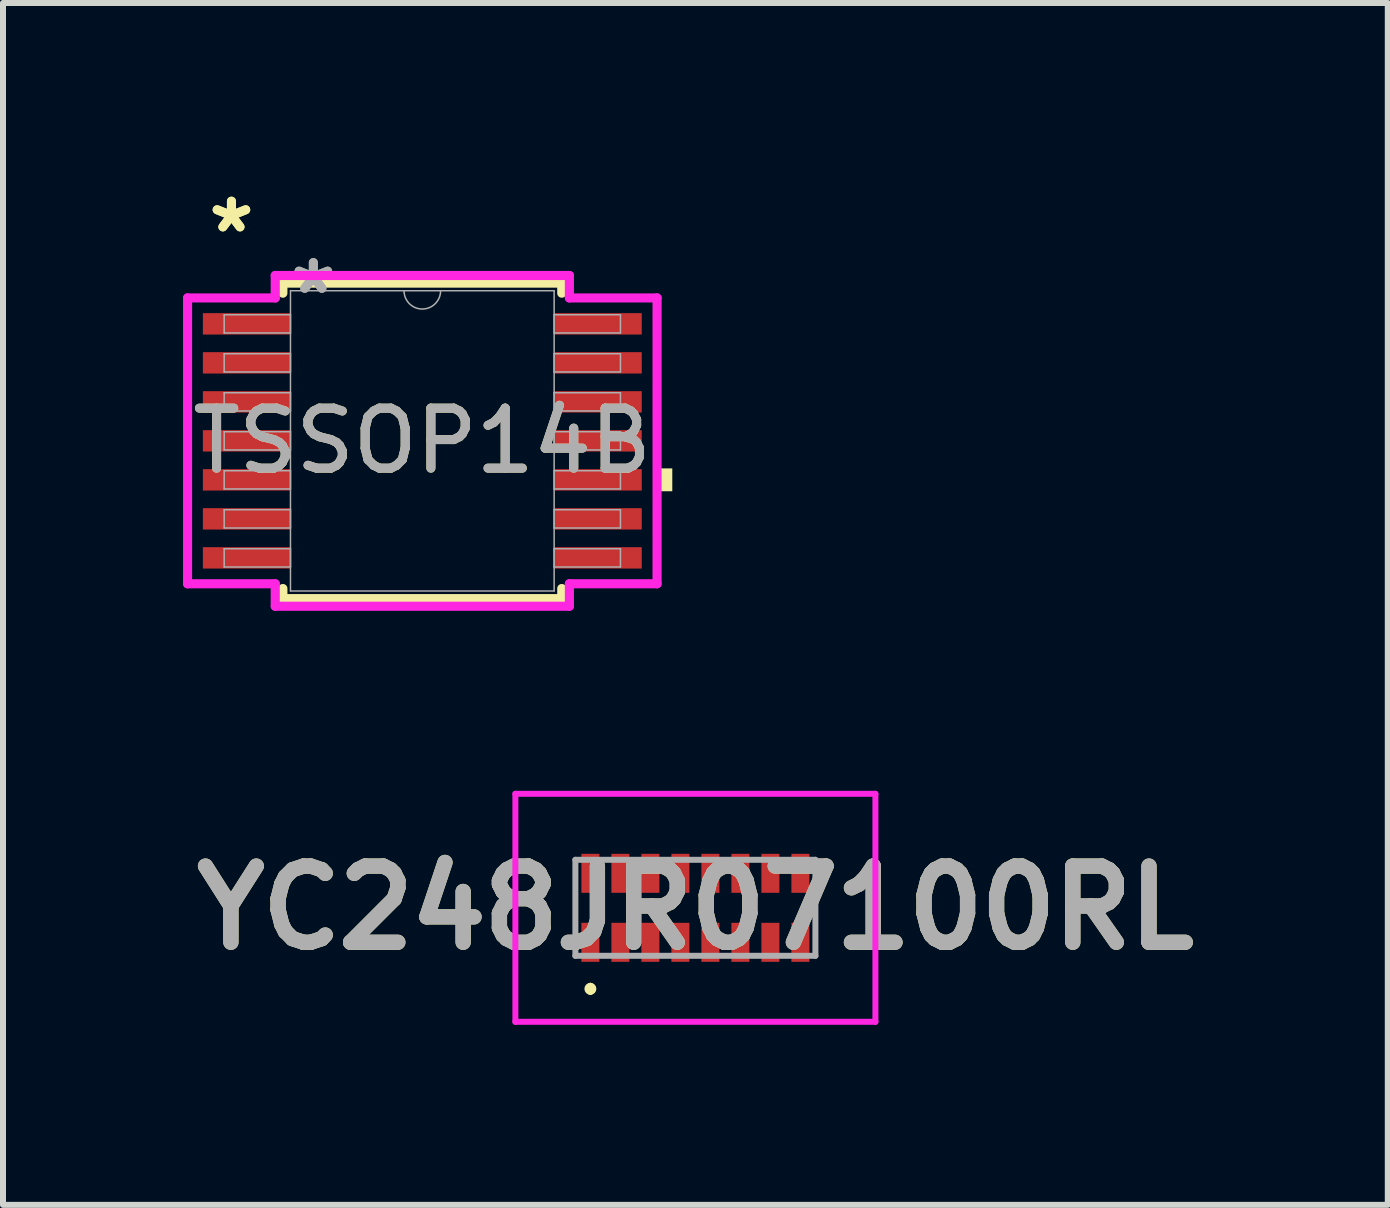
<source format=kicad_pcb>
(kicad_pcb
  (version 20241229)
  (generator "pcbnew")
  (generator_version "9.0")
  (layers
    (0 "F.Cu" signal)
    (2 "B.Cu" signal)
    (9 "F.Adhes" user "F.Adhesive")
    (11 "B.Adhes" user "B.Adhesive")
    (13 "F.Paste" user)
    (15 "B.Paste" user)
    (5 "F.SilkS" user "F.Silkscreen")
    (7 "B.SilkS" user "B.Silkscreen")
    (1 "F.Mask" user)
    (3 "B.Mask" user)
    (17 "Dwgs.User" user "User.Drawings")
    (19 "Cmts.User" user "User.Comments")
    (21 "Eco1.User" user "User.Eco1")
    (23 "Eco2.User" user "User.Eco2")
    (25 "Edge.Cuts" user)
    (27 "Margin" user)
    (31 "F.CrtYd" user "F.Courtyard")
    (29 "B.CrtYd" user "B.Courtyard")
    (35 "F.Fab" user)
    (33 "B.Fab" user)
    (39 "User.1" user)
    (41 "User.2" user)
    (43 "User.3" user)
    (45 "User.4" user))
  (footprint "TSSOP14B"
    (layer "F.Cu")
    (at 3.988 4.297)
    (property "Reference" "TSSOP14B" (at 0 0 0) (unlocked yes) (layer "F.SilkS") (effects (font (size 1 1) (thickness 0.15))))
    (attr smd)
    (fp_line (start -2.324 -2.629) (end -2.324 -2.461) (stroke (width 0.152) (type solid)) (layer "F.SilkS"))
    (fp_line (start -2.324 2.461) (end -2.324 2.629) (stroke (width 0.152) (type solid)) (layer "F.SilkS"))
    (fp_line (start -2.324 2.629) (end 2.324 2.629) (stroke (width 0.152) (type solid)) (layer "F.SilkS"))
    (fp_line (start 2.324 -2.629) (end -2.324 -2.629) (stroke (width 0.152) (type solid)) (layer "F.SilkS"))
    (fp_line (start 2.324 -2.461) (end 2.324 -2.629) (stroke (width 0.152) (type solid)) (layer "F.SilkS"))
    (fp_line (start 2.324 2.629) (end 2.324 2.461) (stroke (width 0.152) (type solid)) (layer "F.SilkS"))
    (fp_poly (pts (xy 4.166 0.459) (xy 4.166 0.84) (xy 3.912 0.84) (xy 3.912 0.459)) (stroke (width 0) (type solid)) (fill yes) (layer "F.SilkS"))
    (fp_line (start -3.912 -2.382) (end -2.451 -2.382) (stroke (width 0.152) (type solid)) (layer "F.CrtYd"))
    (fp_line (start -3.912 2.382) (end -3.912 -2.382) (stroke (width 0.152) (type solid)) (layer "F.CrtYd"))
    (fp_line (start -3.912 2.382) (end -2.451 2.382) (stroke (width 0.152) (type solid)) (layer "F.CrtYd"))
    (fp_line (start -2.451 -2.756) (end 2.451 -2.756) (stroke (width 0.152) (type solid)) (layer "F.CrtYd"))
    (fp_line (start -2.451 -2.382) (end -2.451 -2.756) (stroke (width 0.152) (type solid)) (layer "F.CrtYd"))
    (fp_line (start -2.451 2.756) (end -2.451 2.382) (stroke (width 0.152) (type solid)) (layer "F.CrtYd"))
    (fp_line (start 2.451 -2.756) (end 2.451 -2.382) (stroke (width 0.152) (type solid)) (layer "F.CrtYd"))
    (fp_line (start 2.451 2.382) (end 2.451 2.756) (stroke (width 0.152) (type solid)) (layer "F.CrtYd"))
    (fp_line (start 2.451 2.756) (end -2.451 2.756) (stroke (width 0.152) (type solid)) (layer "F.CrtYd"))
    (fp_line (start 3.912 -2.382) (end 2.451 -2.382) (stroke (width 0.152) (type solid)) (layer "F.CrtYd"))
    (fp_line (start 3.912 -2.382) (end 3.912 2.382) (stroke (width 0.152) (type solid)) (layer "F.CrtYd"))
    (fp_line (start 3.912 2.382) (end 2.451 2.382) (stroke (width 0.152) (type solid)) (layer "F.CrtYd"))
    (fp_line (start -3.302 -2.102) (end -3.302 -1.798) (stroke (width 0.025) (type solid)) (layer "F.Fab"))
    (fp_line (start -3.302 -1.798) (end -2.197 -1.798) (stroke (width 0.025) (type solid)) (layer "F.Fab"))
    (fp_line (start -3.302 -1.452) (end -3.302 -1.148) (stroke (width 0.025) (type solid)) (layer "F.Fab"))
    (fp_line (start -3.302 -1.148) (end -2.197 -1.148) (stroke (width 0.025) (type solid)) (layer "F.Fab"))
    (fp_line (start -3.302 -0.802) (end -3.302 -0.498) (stroke (width 0.025) (type solid)) (layer "F.Fab"))
    (fp_line (start -3.302 -0.498) (end -2.197 -0.498) (stroke (width 0.025) (type solid)) (layer "F.Fab"))
    (fp_line (start -3.302 -0.152) (end -3.302 0.152) (stroke (width 0.025) (type solid)) (layer "F.Fab"))
    (fp_line (start -3.302 0.152) (end -2.197 0.152) (stroke (width 0.025) (type solid)) (layer "F.Fab"))
    (fp_line (start -3.302 0.498) (end -3.302 0.802) (stroke (width 0.025) (type solid)) (layer "F.Fab"))
    (fp_line (start -3.302 0.802) (end -2.197 0.802) (stroke (width 0.025) (type solid)) (layer "F.Fab"))
    (fp_line (start -3.302 1.148) (end -3.302 1.452) (stroke (width 0.025) (type solid)) (layer "F.Fab"))
    (fp_line (start -3.302 1.452) (end -2.197 1.452) (stroke (width 0.025) (type solid)) (layer "F.Fab"))
    (fp_line (start -3.302 1.798) (end -3.302 2.102) (stroke (width 0.025) (type solid)) (layer "F.Fab"))
    (fp_line (start -3.302 2.102) (end -2.197 2.102) (stroke (width 0.025) (type solid)) (layer "F.Fab"))
    (fp_line (start -2.197 -2.502) (end -2.197 2.502) (stroke (width 0.025) (type solid)) (layer "F.Fab"))
    (fp_line (start -2.197 -2.102) (end -3.302 -2.102) (stroke (width 0.025) (type solid)) (layer "F.Fab"))
    (fp_line (start -2.197 -1.798) (end -2.197 -2.102) (stroke (width 0.025) (type solid)) (layer "F.Fab"))
    (fp_line (start -2.197 -1.452) (end -3.302 -1.452) (stroke (width 0.025) (type solid)) (layer "F.Fab"))
    (fp_line (start -2.197 -1.148) (end -2.197 -1.452) (stroke (width 0.025) (type solid)) (layer "F.Fab"))
    (fp_line (start -2.197 -0.802) (end -3.302 -0.802) (stroke (width 0.025) (type solid)) (layer "F.Fab"))
    (fp_line (start -2.197 -0.498) (end -2.197 -0.802) (stroke (width 0.025) (type solid)) (layer "F.Fab"))
    (fp_line (start -2.197 -0.152) (end -3.302 -0.152) (stroke (width 0.025) (type solid)) (layer "F.Fab"))
    (fp_line (start -2.197 0.152) (end -2.197 -0.152) (stroke (width 0.025) (type solid)) (layer "F.Fab"))
    (fp_line (start -2.197 0.498) (end -3.302 0.498) (stroke (width 0.025) (type solid)) (layer "F.Fab"))
    (fp_line (start -2.197 0.802) (end -2.197 0.498) (stroke (width 0.025) (type solid)) (layer "F.Fab"))
    (fp_line (start -2.197 1.148) (end -3.302 1.148) (stroke (width 0.025) (type solid)) (layer "F.Fab"))
    (fp_line (start -2.197 1.452) (end -2.197 1.148) (stroke (width 0.025) (type solid)) (layer "F.Fab"))
    (fp_line (start -2.197 1.798) (end -3.302 1.798) (stroke (width 0.025) (type solid)) (layer "F.Fab"))
    (fp_line (start -2.197 2.102) (end -2.197 1.798) (stroke (width 0.025) (type solid)) (layer "F.Fab"))
    (fp_line (start -2.197 2.502) (end 2.197 2.502) (stroke (width 0.025) (type solid)) (layer "F.Fab"))
    (fp_line (start 2.197 -2.502) (end -2.197 -2.502) (stroke (width 0.025) (type solid)) (layer "F.Fab"))
    (fp_line (start 2.197 -2.102) (end 2.197 -1.798) (stroke (width 0.025) (type solid)) (layer "F.Fab"))
    (fp_line (start 2.197 -1.798) (end 3.302 -1.798) (stroke (width 0.025) (type solid)) (layer "F.Fab"))
    (fp_line (start 2.197 -1.452) (end 2.197 -1.148) (stroke (width 0.025) (type solid)) (layer "F.Fab"))
    (fp_line (start 2.197 -1.148) (end 3.302 -1.148) (stroke (width 0.025) (type solid)) (layer "F.Fab"))
    (fp_line (start 2.197 -0.802) (end 2.197 -0.498) (stroke (width 0.025) (type solid)) (layer "F.Fab"))
    (fp_line (start 2.197 -0.498) (end 3.302 -0.498) (stroke (width 0.025) (type solid)) (layer "F.Fab"))
    (fp_line (start 2.197 -0.152) (end 2.197 0.152) (stroke (width 0.025) (type solid)) (layer "F.Fab"))
    (fp_line (start 2.197 0.152) (end 3.302 0.152) (stroke (width 0.025) (type solid)) (layer "F.Fab"))
    (fp_line (start 2.197 0.498) (end 2.197 0.802) (stroke (width 0.025) (type solid)) (layer "F.Fab"))
    (fp_line (start 2.197 0.802) (end 3.302 0.802) (stroke (width 0.025) (type solid)) (layer "F.Fab"))
    (fp_line (start 2.197 1.148) (end 2.197 1.452) (stroke (width 0.025) (type solid)) (layer "F.Fab"))
    (fp_line (start 2.197 1.452) (end 3.302 1.452) (stroke (width 0.025) (type solid)) (layer "F.Fab"))
    (fp_line (start 2.197 1.798) (end 2.197 2.102) (stroke (width 0.025) (type solid)) (layer "F.Fab"))
    (fp_line (start 2.197 2.102) (end 3.302 2.102) (stroke (width 0.025) (type solid)) (layer "F.Fab"))
    (fp_line (start 2.197 2.502) (end 2.197 -2.502) (stroke (width 0.025) (type solid)) (layer "F.Fab"))
    (fp_line (start 3.302 -2.102) (end 2.197 -2.102) (stroke (width 0.025) (type solid)) (layer "F.Fab"))
    (fp_line (start 3.302 -1.798) (end 3.302 -2.102) (stroke (width 0.025) (type solid)) (layer "F.Fab"))
    (fp_line (start 3.302 -1.452) (end 2.197 -1.452) (stroke (width 0.025) (type solid)) (layer "F.Fab"))
    (fp_line (start 3.302 -1.148) (end 3.302 -1.452) (stroke (width 0.025) (type solid)) (layer "F.Fab"))
    (fp_line (start 3.302 -0.802) (end 2.197 -0.802) (stroke (width 0.025) (type solid)) (layer "F.Fab"))
    (fp_line (start 3.302 -0.498) (end 3.302 -0.802) (stroke (width 0.025) (type solid)) (layer "F.Fab"))
    (fp_line (start 3.302 -0.152) (end 2.197 -0.152) (stroke (width 0.025) (type solid)) (layer "F.Fab"))
    (fp_line (start 3.302 0.152) (end 3.302 -0.152) (stroke (width 0.025) (type solid)) (layer "F.Fab"))
    (fp_line (start 3.302 0.498) (end 2.197 0.498) (stroke (width 0.025) (type solid)) (layer "F.Fab"))
    (fp_line (start 3.302 0.802) (end 3.302 0.498) (stroke (width 0.025) (type solid)) (layer "F.Fab"))
    (fp_line (start 3.302 1.148) (end 2.197 1.148) (stroke (width 0.025) (type solid)) (layer "F.Fab"))
    (fp_line (start 3.302 1.452) (end 3.302 1.148) (stroke (width 0.025) (type solid)) (layer "F.Fab"))
    (fp_line (start 3.302 1.798) (end 2.197 1.798) (stroke (width 0.025) (type solid)) (layer "F.Fab"))
    (fp_line (start 3.302 2.102) (end 3.302 1.798) (stroke (width 0.025) (type solid)) (layer "F.Fab"))
    (fp_arc (start 0.3048 -2.5019) (mid 0 -2.1971) (end -0.3048 -2.5019) (stroke (width 0.0254) (type solid)) (layer "F.Fab"))
    (fp_text user "*" (at -3.181 -3.449 0) (unlocked yes) (layer "F.SilkS") (effects (font (size 1 1) (thickness 0.15))))
    (fp_text user "*" (at -3.181 -3.449 0) (layer "F.SilkS") (effects (font (size 1 1) (thickness 0.15))))
    (fp_text user "*" (at -1.816 -2.426 0) (unlocked yes) (layer "F.Fab") (effects (font (size 1 1) (thickness 0.15))))
    (fp_text user "${REFERENCE}" (at 0 0 0) (unlocked yes) (layer "F.Fab") (effects (font (size 1 1) (thickness 0.15))))
    (fp_text user "*" (at -1.816 -2.426 0) (layer "F.Fab") (effects (font (size 1 1) (thickness 0.15))))
    (pad "1" smd rect (at -2.927 -1.95) (size 1.46 0.356) (layers "F.Cu" "F.Mask" "F.Paste"))
    (pad "2" smd rect (at -2.927 -1.3) (size 1.46 0.356) (layers "F.Cu" "F.Mask" "F.Paste"))
    (pad "3" smd rect (at -2.927 -0.65) (size 1.46 0.356) (layers "F.Cu" "F.Mask" "F.Paste"))
    (pad "4" smd rect (at -2.927 0) (size 1.46 0.356) (layers "F.Cu" "F.Mask" "F.Paste"))
    (pad "5" smd rect (at -2.927 0.65) (size 1.46 0.356) (layers "F.Cu" "F.Mask" "F.Paste"))
    (pad "6" smd rect (at -2.927 1.3) (size 1.46 0.356) (layers "F.Cu" "F.Mask" "F.Paste"))
    (pad "7" smd rect (at -2.927 1.95) (size 1.46 0.356) (layers "F.Cu" "F.Mask" "F.Paste"))
    (pad "8" smd rect (at 2.927 1.95) (size 1.46 0.356) (layers "F.Cu" "F.Mask" "F.Paste"))
    (pad "9" smd rect (at 2.927 1.3) (size 1.46 0.356) (layers "F.Cu" "F.Mask" "F.Paste"))
    (pad "10" smd rect (at 2.927 0.65) (size 1.46 0.356) (layers "F.Cu" "F.Mask" "F.Paste"))
    (pad "11" smd rect (at 2.927 0) (size 1.46 0.356) (layers "F.Cu" "F.Mask" "F.Paste"))
    (pad "12" smd rect (at 2.927 -0.65) (size 1.46 0.356) (layers "F.Cu" "F.Mask" "F.Paste"))
    (pad "13" smd rect (at 2.927 -1.3) (size 1.46 0.356) (layers "F.Cu" "F.Mask" "F.Paste"))
    (pad "14" smd rect (at 2.927 -1.95) (size 1.46 0.356) (layers "F.Cu" "F.Mask" "F.Paste")))
  (footprint "YC248JR07100RL"
    (layer "F.Cu")
    (at 8.539 12.079)
    (property "Reference" "YC248JR07100RL" (at 0 0 0) (layer "F.SilkS") (effects (font (size 1.27 1.27) (thickness 0.254))))
    (attr smd)
    (fp_line (start -1.75 1.3) (end -1.75 1.3) (stroke (width 0.1) (type solid)) (layer "F.SilkS"))
    (fp_line (start -1.75 1.4) (end -1.75 1.4) (stroke (width 0.1) (type solid)) (layer "F.SilkS"))
    (fp_arc (start -1.75 1.3) (mid -1.7 1.35) (end -1.75 1.4) (stroke (width 0.1) (type solid)) (layer "F.SilkS"))
    (fp_arc (start -1.75 1.4) (mid -1.8 1.35) (end -1.75 1.3) (stroke (width 0.1) (type solid)) (layer "F.SilkS"))
    (fp_line (start -3 -1.9) (end 3 -1.9) (stroke (width 0.1) (type solid)) (layer "F.CrtYd"))
    (fp_line (start -3 1.9) (end -3 -1.9) (stroke (width 0.1) (type solid)) (layer "F.CrtYd"))
    (fp_line (start 3 -1.9) (end 3 1.9) (stroke (width 0.1) (type solid)) (layer "F.CrtYd"))
    (fp_line (start 3 1.9) (end -3 1.9) (stroke (width 0.1) (type solid)) (layer "F.CrtYd"))
    (fp_line (start -2 -0.8) (end 2 -0.8) (stroke (width 0.1) (type solid)) (layer "F.Fab"))
    (fp_line (start -2 0.8) (end -2 -0.8) (stroke (width 0.1) (type solid)) (layer "F.Fab"))
    (fp_line (start 2 -0.8) (end 2 0.8) (stroke (width 0.1) (type solid)) (layer "F.Fab"))
    (fp_line (start 2 0.8) (end -2 0.8) (stroke (width 0.1) (type solid)) (layer "F.Fab"))
    (fp_text user "${REFERENCE}" (at 0 0 0) (layer "F.Fab") (effects (font (size 1.27 1.27) (thickness 0.254))))
    (pad "1" smd rect (at -1.75 0.575) (size 0.3 0.65) (layers "F.Cu" "F.Mask" "F.Paste"))
    (pad "2" smd rect (at -1.25 0.575) (size 0.3 0.65) (layers "F.Cu" "F.Mask" "F.Paste"))
    (pad "3" smd rect (at -0.75 0.575) (size 0.3 0.65) (layers "F.Cu" "F.Mask" "F.Paste"))
    (pad "4" smd rect (at -0.25 0.575) (size 0.3 0.65) (layers "F.Cu" "F.Mask" "F.Paste"))
    (pad "5" smd rect (at 0.25 0.575) (size 0.3 0.65) (layers "F.Cu" "F.Mask" "F.Paste"))
    (pad "6" smd rect (at 0.75 0.575) (size 0.3 0.65) (layers "F.Cu" "F.Mask" "F.Paste"))
    (pad "7" smd rect (at 1.25 0.575) (size 0.3 0.65) (layers "F.Cu" "F.Mask" "F.Paste"))
    (pad "8" smd rect (at 1.75 0.575) (size 0.3 0.65) (layers "F.Cu" "F.Mask" "F.Paste"))
    (pad "9" smd rect (at 1.75 -0.575) (size 0.3 0.65) (layers "F.Cu" "F.Mask" "F.Paste"))
    (pad "10" smd rect (at 1.25 -0.575) (size 0.3 0.65) (layers "F.Cu" "F.Mask" "F.Paste"))
    (pad "11" smd rect (at 0.75 -0.575) (size 0.3 0.65) (layers "F.Cu" "F.Mask" "F.Paste"))
    (pad "12" smd rect (at 0.25 -0.575) (size 0.3 0.65) (layers "F.Cu" "F.Mask" "F.Paste"))
    (pad "13" smd rect (at -0.25 -0.575) (size 0.3 0.65) (layers "F.Cu" "F.Mask" "F.Paste"))
    (pad "14" smd rect (at -0.75 -0.575) (size 0.3 0.65) (layers "F.Cu" "F.Mask" "F.Paste"))
    (pad "15" smd rect (at -1.25 -0.575) (size 0.3 0.65) (layers "F.Cu" "F.Mask" "F.Paste"))
    (pad "16" smd rect (at -1.75 -0.575) (size 0.3 0.65) (layers "F.Cu" "F.Mask" "F.Paste")))
  (gr_rect
    (start -3 -3)
    (end 20.078 17.029)
    (stroke (width 0.1) (type default))
    (fill no)
    (layer "Edge.Cuts")))
</source>
